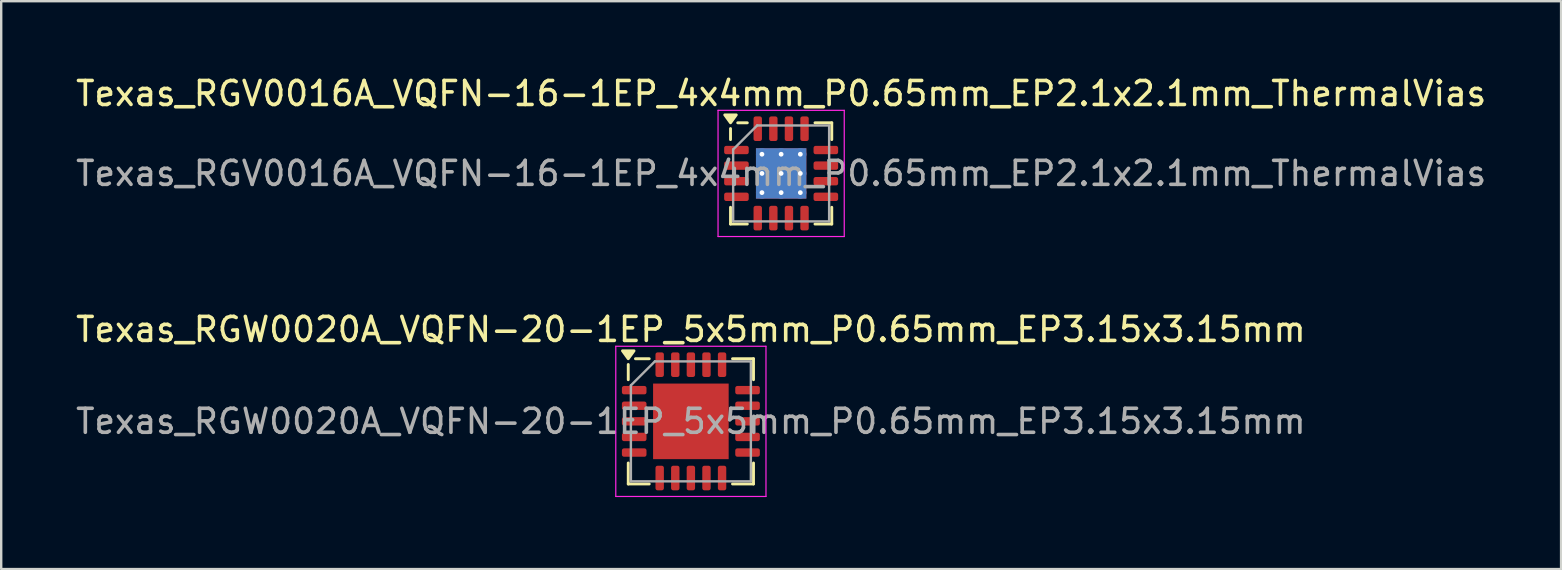
<source format=kicad_pcb>
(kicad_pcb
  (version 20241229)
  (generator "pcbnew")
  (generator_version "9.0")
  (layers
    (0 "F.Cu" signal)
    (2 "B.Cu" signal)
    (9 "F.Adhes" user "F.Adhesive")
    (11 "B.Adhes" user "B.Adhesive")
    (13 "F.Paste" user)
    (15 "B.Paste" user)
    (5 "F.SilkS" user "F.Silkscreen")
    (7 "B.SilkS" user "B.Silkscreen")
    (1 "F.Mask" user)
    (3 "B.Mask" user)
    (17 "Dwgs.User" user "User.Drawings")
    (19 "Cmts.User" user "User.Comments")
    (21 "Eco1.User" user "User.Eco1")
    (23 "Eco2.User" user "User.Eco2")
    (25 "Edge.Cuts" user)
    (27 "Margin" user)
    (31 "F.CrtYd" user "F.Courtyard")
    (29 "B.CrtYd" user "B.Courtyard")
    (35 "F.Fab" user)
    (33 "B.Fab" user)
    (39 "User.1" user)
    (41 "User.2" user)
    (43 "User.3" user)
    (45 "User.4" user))
  (footprint "Texas_RGV0016A_VQFN-16-1EP_4x4mm_P0.65mm_EP2.1x2.1mm_ThermalVias"
    (layer "F.Cu")
    (at 29.506 4.178)
    (property "Reference" "Texas_RGV0016A_VQFN-16-1EP_4x4mm_P0.65mm_EP2.1x2.1mm_ThermalVias" (at 0 -3.33 0) (layer "F.SilkS") (effects (font (size 1 1) (thickness 0.15))))
    (attr smd)
    (fp_line (start -2.11 -1.41) (end -2.11 -1.87) (stroke (width 0.12) (type solid)) (layer "F.SilkS"))
    (fp_line (start -2.11 2.11) (end -2.11 1.41) (stroke (width 0.12) (type solid)) (layer "F.SilkS"))
    (fp_line (start -1.41 -2.11) (end -1.81 -2.11) (stroke (width 0.12) (type solid)) (layer "F.SilkS"))
    (fp_line (start -1.41 2.11) (end -2.11 2.11) (stroke (width 0.12) (type solid)) (layer "F.SilkS"))
    (fp_line (start 1.41 -2.11) (end 2.11 -2.11) (stroke (width 0.12) (type solid)) (layer "F.SilkS"))
    (fp_line (start 1.41 2.11) (end 2.11 2.11) (stroke (width 0.12) (type solid)) (layer "F.SilkS"))
    (fp_line (start 2.11 -2.11) (end 2.11 -1.41) (stroke (width 0.12) (type solid)) (layer "F.SilkS"))
    (fp_line (start 2.11 2.11) (end 2.11 1.41) (stroke (width 0.12) (type solid)) (layer "F.SilkS"))
    (fp_poly (pts (xy -2.11 -2.11) (xy -2.35 -2.44) (xy -1.87 -2.44) (xy -2.11 -2.11)) (stroke (width 0.12) (type solid)) (fill yes) (layer "F.SilkS"))
    (fp_line (start -2.63 -2.63) (end -2.63 2.63) (stroke (width 0.05) (type solid)) (layer "F.CrtYd"))
    (fp_line (start -2.63 2.63) (end 2.63 2.63) (stroke (width 0.05) (type solid)) (layer "F.CrtYd"))
    (fp_line (start 2.63 -2.63) (end -2.63 -2.63) (stroke (width 0.05) (type solid)) (layer "F.CrtYd"))
    (fp_line (start 2.63 2.63) (end 2.63 -2.63) (stroke (width 0.05) (type solid)) (layer "F.CrtYd"))
    (fp_line (start -2 -1) (end -1 -2) (stroke (width 0.1) (type solid)) (layer "F.Fab"))
    (fp_line (start -2 2) (end -2 -1) (stroke (width 0.1) (type solid)) (layer "F.Fab"))
    (fp_line (start -1 -2) (end 2 -2) (stroke (width 0.1) (type solid)) (layer "F.Fab"))
    (fp_line (start 2 -2) (end 2 2) (stroke (width 0.1) (type solid)) (layer "F.Fab"))
    (fp_line (start 2 2) (end -2 2) (stroke (width 0.1) (type solid)) (layer "F.Fab"))
    (fp_text user "${REFERENCE}" (at 0 0 0) (layer "F.Fab") (effects (font (size 1 1) (thickness 0.15))))
    (pad "" smd roundrect (at -0.525 -0.525) (size 0.91 0.91) (layers "F.Paste") (roundrect_rratio 0.25))
    (pad "" smd roundrect (at -0.525 0.525) (size 0.91 0.91) (layers "F.Paste") (roundrect_rratio 0.25))
    (pad "" smd roundrect (at 0.525 -0.525) (size 0.91 0.91) (layers "F.Paste") (roundrect_rratio 0.25))
    (pad "" smd roundrect (at 0.525 0.525) (size 0.91 0.91) (layers "F.Paste") (roundrect_rratio 0.25))
    (pad "1" smd roundrect (at -1.863 -0.975) (size 1.025 0.35) (layers "F.Cu" "F.Mask" "F.Paste") (roundrect_rratio 0.25))
    (pad "2" smd roundrect (at -1.863 -0.325) (size 1.025 0.35) (layers "F.Cu" "F.Mask" "F.Paste") (roundrect_rratio 0.25))
    (pad "3" smd roundrect (at -1.863 0.325) (size 1.025 0.35) (layers "F.Cu" "F.Mask" "F.Paste") (roundrect_rratio 0.25))
    (pad "4" smd roundrect (at -1.863 0.975) (size 1.025 0.35) (layers "F.Cu" "F.Mask" "F.Paste") (roundrect_rratio 0.25))
    (pad "5" smd roundrect (at -0.975 1.863) (size 0.35 1.025) (layers "F.Cu" "F.Mask" "F.Paste") (roundrect_rratio 0.25))
    (pad "6" smd roundrect (at -0.325 1.863) (size 0.35 1.025) (layers "F.Cu" "F.Mask" "F.Paste") (roundrect_rratio 0.25))
    (pad "7" smd roundrect (at 0.325 1.863) (size 0.35 1.025) (layers "F.Cu" "F.Mask" "F.Paste") (roundrect_rratio 0.25))
    (pad "8" smd roundrect (at 0.975 1.863) (size 0.35 1.025) (layers "F.Cu" "F.Mask" "F.Paste") (roundrect_rratio 0.25))
    (pad "9" smd roundrect (at 1.863 0.975) (size 1.025 0.35) (layers "F.Cu" "F.Mask" "F.Paste") (roundrect_rratio 0.25))
    (pad "10" smd roundrect (at 1.863 0.325) (size 1.025 0.35) (layers "F.Cu" "F.Mask" "F.Paste") (roundrect_rratio 0.25))
    (pad "11" smd roundrect (at 1.863 -0.325) (size 1.025 0.35) (layers "F.Cu" "F.Mask" "F.Paste") (roundrect_rratio 0.25))
    (pad "12" smd roundrect (at 1.863 -0.975) (size 1.025 0.35) (layers "F.Cu" "F.Mask" "F.Paste") (roundrect_rratio 0.25))
    (pad "13" smd roundrect (at 0.975 -1.863) (size 0.35 1.025) (layers "F.Cu" "F.Mask" "F.Paste") (roundrect_rratio 0.25))
    (pad "14" smd roundrect (at 0.325 -1.863) (size 0.35 1.025) (layers "F.Cu" "F.Mask" "F.Paste") (roundrect_rratio 0.25))
    (pad "15" smd roundrect (at -0.325 -1.863) (size 0.35 1.025) (layers "F.Cu" "F.Mask" "F.Paste") (roundrect_rratio 0.25))
    (pad "16" smd roundrect (at -0.975 -1.863) (size 0.35 1.025) (layers "F.Cu" "F.Mask" "F.Paste") (roundrect_rratio 0.25))
    (pad "17" thru_hole circle (at -0.8 -0.8) (size 0.5 0.5) (drill 0.2) (property pad_prop_heatsink) (layers "*.Cu"))
    (pad "17" thru_hole circle (at -0.8 0) (size 0.5 0.5) (drill 0.2) (property pad_prop_heatsink) (layers "*.Cu"))
    (pad "17" thru_hole circle (at -0.8 0.8) (size 0.5 0.5) (drill 0.2) (property pad_prop_heatsink) (layers "*.Cu"))
    (pad "17" thru_hole circle (at 0 -0.8) (size 0.5 0.5) (drill 0.2) (property pad_prop_heatsink) (layers "*.Cu"))
    (pad "17" thru_hole circle (at 0 0) (size 0.5 0.5) (drill 0.2) (property pad_prop_heatsink) (layers "*.Cu"))
    (pad "17" smd rect (at 0 0) (size 2.1 2.1) (property pad_prop_heatsink) (layers "F.Cu" "F.Mask"))
    (pad "17" smd rect (at 0 0) (size 2.1 2.1) (property pad_prop_heatsink) (layers "B.Cu"))
    (pad "17" thru_hole circle (at 0 0.8) (size 0.5 0.5) (drill 0.2) (property pad_prop_heatsink) (layers "*.Cu"))
    (pad "17" thru_hole circle (at 0.8 -0.8) (size 0.5 0.5) (drill 0.2) (property pad_prop_heatsink) (layers "*.Cu"))
    (pad "17" thru_hole circle (at 0.8 0) (size 0.5 0.5) (drill 0.2) (property pad_prop_heatsink) (layers "*.Cu"))
    (pad "17" thru_hole circle (at 0.8 0.8) (size 0.5 0.5) (drill 0.2) (property pad_prop_heatsink) (layers "*.Cu")))
  (footprint "Texas_RGW0020A_VQFN-20-1EP_5x5mm_P0.65mm_EP3.15x3.15mm"
    (layer "F.Cu")
    (at 25.744 14.511)
    (property "Reference" "Texas_RGW0020A_VQFN-20-1EP_5x5mm_P0.65mm_EP3.15x3.15mm" (at 0 -3.83 0) (layer "F.SilkS") (effects (font (size 1 1) (thickness 0.15))))
    (attr smd)
    (fp_line (start -2.61 -1.735) (end -2.61 -2.37) (stroke (width 0.12) (type solid)) (layer "F.SilkS"))
    (fp_line (start -2.61 2.61) (end -2.61 1.735) (stroke (width 0.12) (type solid)) (layer "F.SilkS"))
    (fp_line (start -1.735 -2.61) (end -2.31 -2.61) (stroke (width 0.12) (type solid)) (layer "F.SilkS"))
    (fp_line (start -1.735 2.61) (end -2.61 2.61) (stroke (width 0.12) (type solid)) (layer "F.SilkS"))
    (fp_line (start 1.735 -2.61) (end 2.61 -2.61) (stroke (width 0.12) (type solid)) (layer "F.SilkS"))
    (fp_line (start 1.735 2.61) (end 2.61 2.61) (stroke (width 0.12) (type solid)) (layer "F.SilkS"))
    (fp_line (start 2.61 -2.61) (end 2.61 -1.735) (stroke (width 0.12) (type solid)) (layer "F.SilkS"))
    (fp_line (start 2.61 2.61) (end 2.61 1.735) (stroke (width 0.12) (type solid)) (layer "F.SilkS"))
    (fp_poly (pts (xy -2.61 -2.61) (xy -2.85 -2.94) (xy -2.37 -2.94) (xy -2.61 -2.61)) (stroke (width 0.12) (type solid)) (fill yes) (layer "F.SilkS"))
    (fp_line (start -3.13 -3.13) (end -3.13 3.13) (stroke (width 0.05) (type solid)) (layer "F.CrtYd"))
    (fp_line (start -3.13 3.13) (end 3.13 3.13) (stroke (width 0.05) (type solid)) (layer "F.CrtYd"))
    (fp_line (start 3.13 -3.13) (end -3.13 -3.13) (stroke (width 0.05) (type solid)) (layer "F.CrtYd"))
    (fp_line (start 3.13 3.13) (end 3.13 -3.13) (stroke (width 0.05) (type solid)) (layer "F.CrtYd"))
    (fp_line (start -2.5 -1.5) (end -1.5 -2.5) (stroke (width 0.1) (type solid)) (layer "F.Fab"))
    (fp_line (start -2.5 2.5) (end -2.5 -1.5) (stroke (width 0.1) (type solid)) (layer "F.Fab"))
    (fp_line (start -1.5 -2.5) (end 2.5 -2.5) (stroke (width 0.1) (type solid)) (layer "F.Fab"))
    (fp_line (start 2.5 -2.5) (end 2.5 2.5) (stroke (width 0.1) (type solid)) (layer "F.Fab"))
    (fp_line (start 2.5 2.5) (end -2.5 2.5) (stroke (width 0.1) (type solid)) (layer "F.Fab"))
    (fp_text user "${REFERENCE}" (at 0 0 0) (layer "F.Fab") (effects (font (size 1 1) (thickness 0.15))))
    (pad "" smd roundrect (at -0.79 -0.79) (size 1.27 1.27) (layers "F.Paste") (roundrect_rratio 0.197))
    (pad "" smd roundrect (at -0.79 0.79) (size 1.27 1.27) (layers "F.Paste") (roundrect_rratio 0.197))
    (pad "" smd roundrect (at 0.79 -0.79) (size 1.27 1.27) (layers "F.Paste") (roundrect_rratio 0.197))
    (pad "" smd roundrect (at 0.79 0.79) (size 1.27 1.27) (layers "F.Paste") (roundrect_rratio 0.197))
    (pad "1" smd roundrect (at -2.362 -1.3) (size 1.025 0.35) (layers "F.Cu" "F.Mask" "F.Paste") (roundrect_rratio 0.25))
    (pad "2" smd roundrect (at -2.362 -0.65) (size 1.025 0.35) (layers "F.Cu" "F.Mask" "F.Paste") (roundrect_rratio 0.25))
    (pad "3" smd roundrect (at -2.362 0) (size 1.025 0.35) (layers "F.Cu" "F.Mask" "F.Paste") (roundrect_rratio 0.25))
    (pad "4" smd roundrect (at -2.362 0.65) (size 1.025 0.35) (layers "F.Cu" "F.Mask" "F.Paste") (roundrect_rratio 0.25))
    (pad "5" smd roundrect (at -2.362 1.3) (size 1.025 0.35) (layers "F.Cu" "F.Mask" "F.Paste") (roundrect_rratio 0.25))
    (pad "6" smd roundrect (at -1.3 2.362) (size 0.35 1.025) (layers "F.Cu" "F.Mask" "F.Paste") (roundrect_rratio 0.25))
    (pad "7" smd roundrect (at -0.65 2.362) (size 0.35 1.025) (layers "F.Cu" "F.Mask" "F.Paste") (roundrect_rratio 0.25))
    (pad "8" smd roundrect (at 0 2.362) (size 0.35 1.025) (layers "F.Cu" "F.Mask" "F.Paste") (roundrect_rratio 0.25))
    (pad "9" smd roundrect (at 0.65 2.362) (size 0.35 1.025) (layers "F.Cu" "F.Mask" "F.Paste") (roundrect_rratio 0.25))
    (pad "10" smd roundrect (at 1.3 2.362) (size 0.35 1.025) (layers "F.Cu" "F.Mask" "F.Paste") (roundrect_rratio 0.25))
    (pad "11" smd roundrect (at 2.362 1.3) (size 1.025 0.35) (layers "F.Cu" "F.Mask" "F.Paste") (roundrect_rratio 0.25))
    (pad "12" smd roundrect (at 2.362 0.65) (size 1.025 0.35) (layers "F.Cu" "F.Mask" "F.Paste") (roundrect_rratio 0.25))
    (pad "13" smd roundrect (at 2.362 0) (size 1.025 0.35) (layers "F.Cu" "F.Mask" "F.Paste") (roundrect_rratio 0.25))
    (pad "14" smd roundrect (at 2.362 -0.65) (size 1.025 0.35) (layers "F.Cu" "F.Mask" "F.Paste") (roundrect_rratio 0.25))
    (pad "15" smd roundrect (at 2.362 -1.3) (size 1.025 0.35) (layers "F.Cu" "F.Mask" "F.Paste") (roundrect_rratio 0.25))
    (pad "16" smd roundrect (at 1.3 -2.362) (size 0.35 1.025) (layers "F.Cu" "F.Mask" "F.Paste") (roundrect_rratio 0.25))
    (pad "17" smd roundrect (at 0.65 -2.362) (size 0.35 1.025) (layers "F.Cu" "F.Mask" "F.Paste") (roundrect_rratio 0.25))
    (pad "18" smd roundrect (at 0 -2.362) (size 0.35 1.025) (layers "F.Cu" "F.Mask" "F.Paste") (roundrect_rratio 0.25))
    (pad "19" smd roundrect (at -0.65 -2.362) (size 0.35 1.025) (layers "F.Cu" "F.Mask" "F.Paste") (roundrect_rratio 0.25))
    (pad "20" smd roundrect (at -1.3 -2.362) (size 0.35 1.025) (layers "F.Cu" "F.Mask" "F.Paste") (roundrect_rratio 0.25))
    (pad "21" smd rect (at 0 0) (size 3.15 3.15) (property pad_prop_heatsink) (layers "F.Cu" "F.Mask")))
  (gr_rect
    (start -3 -3)
    (end 62.012 20.666)
    (stroke (width 0.1) (type default))
    (fill no)
    (layer "Edge.Cuts")))
</source>
